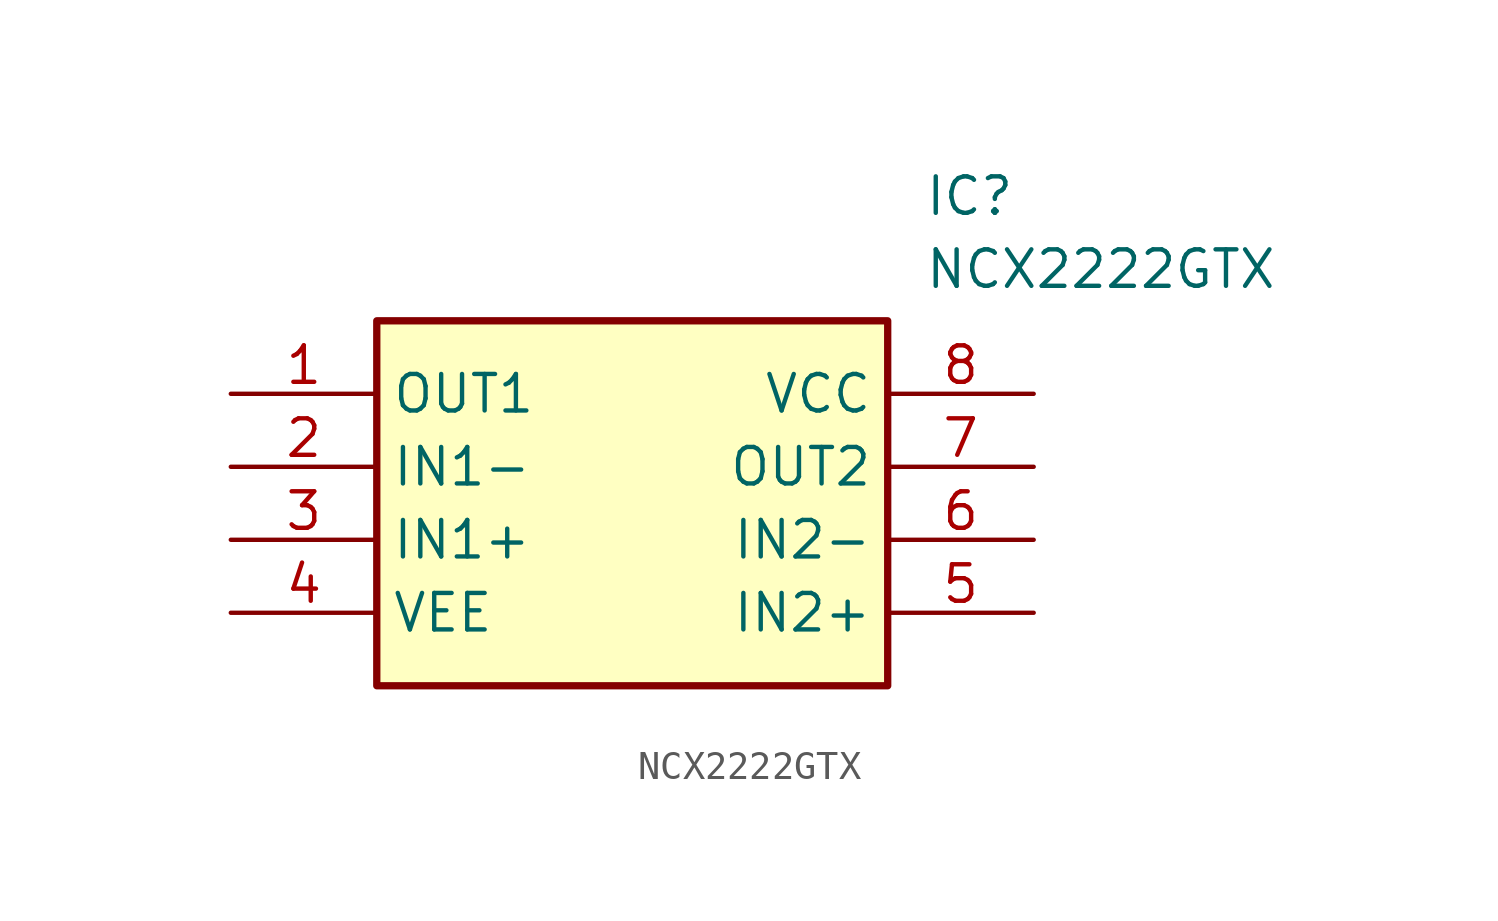
<source format=kicad_sym>
(kicad_symbol_lib
  (version 20211014)
  (generator SamacSys_ECAD_Model)
  (symbol "NCX2222GTX"
    (property "Reference" "IC"
      (at 24.13 7.62 0)
      (effects (font (size 1.27 1.27)) (justify left top)))
    (property "Value" "NCX2222GTX"
      (at 24.13 5.08 0)
      (effects (font (size 1.27 1.27)) (justify left top)))
    (rectangle
      (start 5.08 2.54)
      (end 22.86 -10.16)
      (stroke (width 0.254) (type default))
      (fill (type background)))
    (pin passive line
      (at 0 0 0)
      (length 5.08)
      (name "OUT1" (effects (font (size 1.27 1.27))))
      (number "1" (effects (font (size 1.27 1.27)))))
    (pin passive line
      (at 0 -2.54 0)
      (length 5.08)
      (name "IN1-" (effects (font (size 1.27 1.27))))
      (number "2" (effects (font (size 1.27 1.27)))))
    (pin passive line
      (at 0 -5.08 0)
      (length 5.08)
      (name "IN1+" (effects (font (size 1.27 1.27))))
      (number "3" (effects (font (size 1.27 1.27)))))
    (pin passive line
      (at 0 -7.62 0)
      (length 5.08)
      (name "VEE" (effects (font (size 1.27 1.27))))
      (number "4" (effects (font (size 1.27 1.27)))))
    (pin passive line
      (at 27.94 -7.62 180)
      (length 5.08)
      (name "IN2+" (effects (font (size 1.27 1.27))))
      (number "5" (effects (font (size 1.27 1.27)))))
    (pin passive line
      (at 27.94 -5.08 180)
      (length 5.08)
      (name "IN2-" (effects (font (size 1.27 1.27))))
      (number "6" (effects (font (size 1.27 1.27)))))
    (pin passive line
      (at 27.94 -2.54 180)
      (length 5.08)
      (name "OUT2" (effects (font (size 1.27 1.27))))
      (number "7" (effects (font (size 1.27 1.27)))))
    (pin passive line
      (at 27.94 0 180)
      (length 5.08)
      (name "VCC" (effects (font (size 1.27 1.27))))
      (number "8" (effects (font (size 1.27 1.27)))))))
</source>
